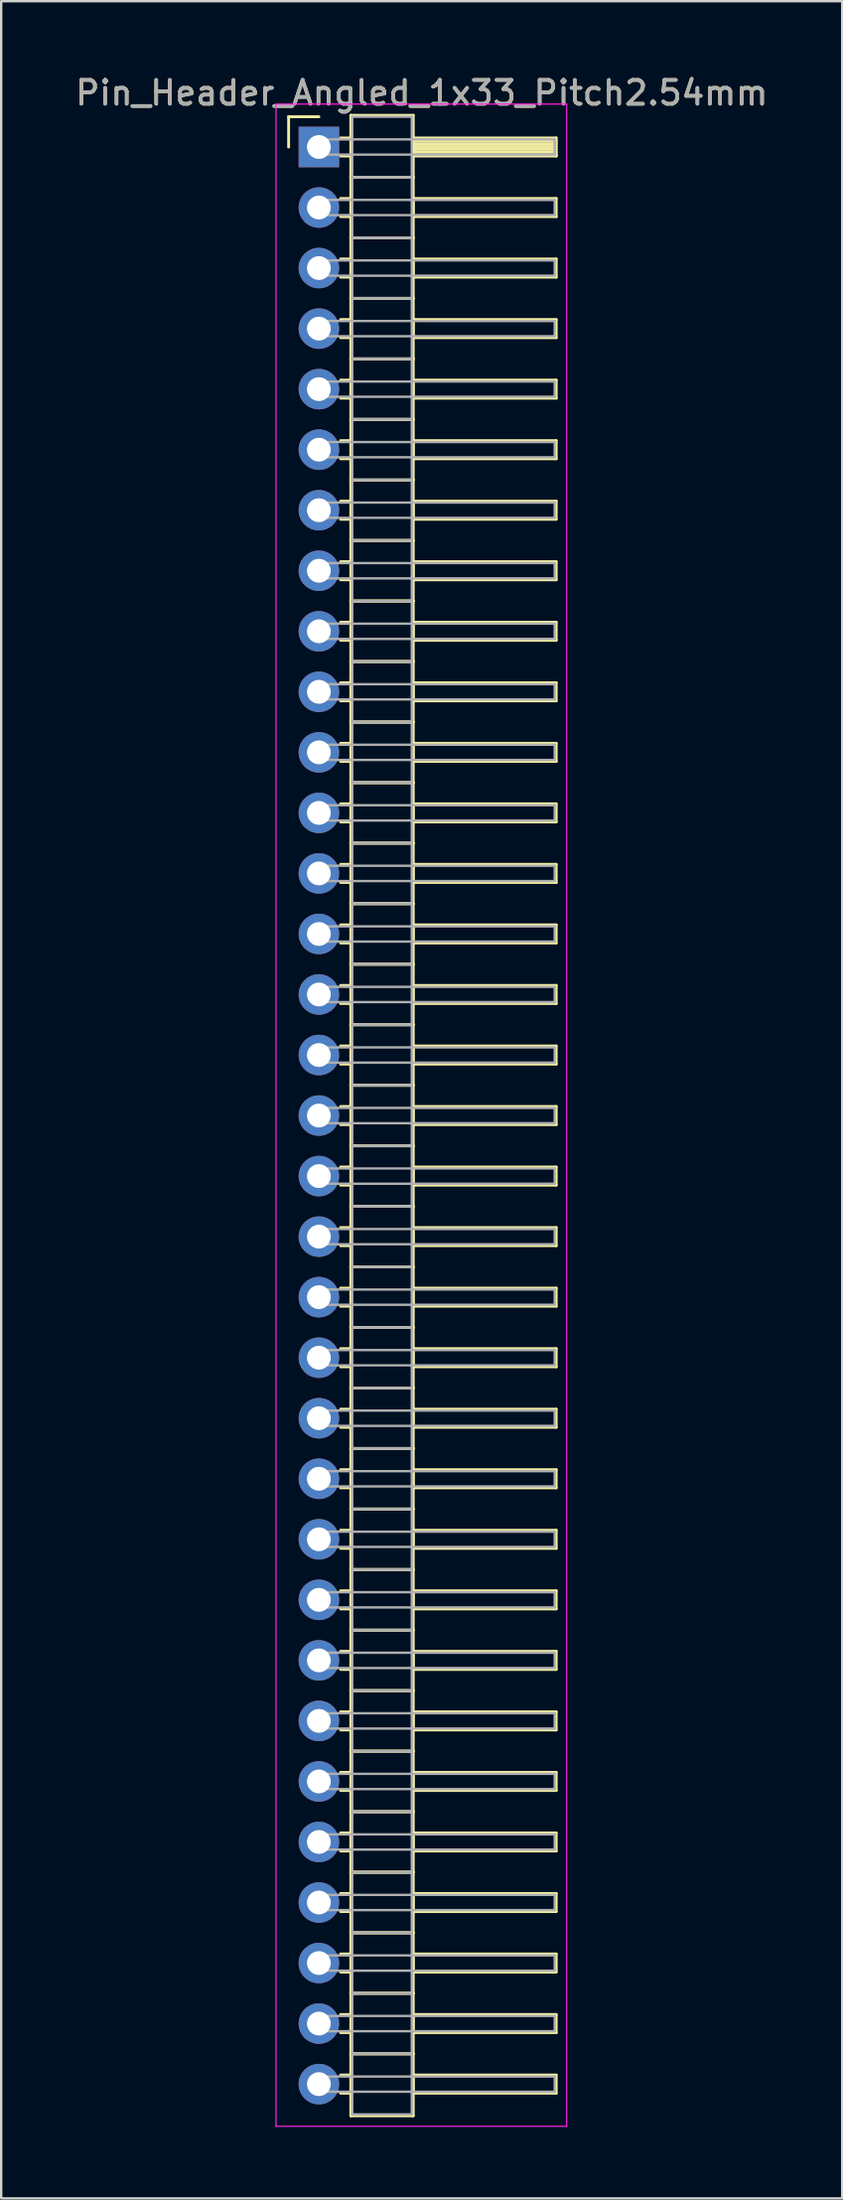
<source format=kicad_pcb>
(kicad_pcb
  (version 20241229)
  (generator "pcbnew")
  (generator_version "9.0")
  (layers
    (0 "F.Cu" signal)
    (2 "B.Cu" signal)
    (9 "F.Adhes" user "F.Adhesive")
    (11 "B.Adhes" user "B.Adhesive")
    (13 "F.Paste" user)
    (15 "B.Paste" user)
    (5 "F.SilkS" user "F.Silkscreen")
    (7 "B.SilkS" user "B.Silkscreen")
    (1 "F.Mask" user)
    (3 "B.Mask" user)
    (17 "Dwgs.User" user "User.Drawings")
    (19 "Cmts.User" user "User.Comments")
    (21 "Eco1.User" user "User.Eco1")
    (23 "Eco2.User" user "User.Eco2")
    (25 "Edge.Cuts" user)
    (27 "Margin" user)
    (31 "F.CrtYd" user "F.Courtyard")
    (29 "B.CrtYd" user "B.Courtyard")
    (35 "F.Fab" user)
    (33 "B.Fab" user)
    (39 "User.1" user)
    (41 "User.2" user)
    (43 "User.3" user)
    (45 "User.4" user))
  (footprint "Pin_Header_Angled_1x33_Pitch2.54mm"
    (layer "F.Cu")
    (at 10.334 3.118)
    (property "Reference" "Pin_Header_Angled_1x33_Pitch2.54mm" (at 4.315 -2.27 0) (layer "F.SilkS") (effects (font (size 1 1) (thickness 0.15))))
    (attr through_hole)
    (fp_line (start -1.27 -1.27) (end 0 -1.27) (stroke (width 0.12) (type solid)) (layer "F.SilkS"))
    (fp_line (start -1.27 0) (end -1.27 -1.27) (stroke (width 0.12) (type solid)) (layer "F.SilkS"))
    (fp_line (start 0.91 -0.38) (end 1.34 -0.38) (stroke (width 0.12) (type solid)) (layer "F.SilkS"))
    (fp_line (start 0.91 0.38) (end 1.34 0.38) (stroke (width 0.12) (type solid)) (layer "F.SilkS"))
    (fp_line (start 0.91 2.16) (end 1.34 2.16) (stroke (width 0.12) (type solid)) (layer "F.SilkS"))
    (fp_line (start 0.91 2.92) (end 1.34 2.92) (stroke (width 0.12) (type solid)) (layer "F.SilkS"))
    (fp_line (start 0.91 4.7) (end 1.34 4.7) (stroke (width 0.12) (type solid)) (layer "F.SilkS"))
    (fp_line (start 0.91 5.46) (end 1.34 5.46) (stroke (width 0.12) (type solid)) (layer "F.SilkS"))
    (fp_line (start 0.91 7.24) (end 1.34 7.24) (stroke (width 0.12) (type solid)) (layer "F.SilkS"))
    (fp_line (start 0.91 8) (end 1.34 8) (stroke (width 0.12) (type solid)) (layer "F.SilkS"))
    (fp_line (start 0.91 9.78) (end 1.34 9.78) (stroke (width 0.12) (type solid)) (layer "F.SilkS"))
    (fp_line (start 0.91 10.54) (end 1.34 10.54) (stroke (width 0.12) (type solid)) (layer "F.SilkS"))
    (fp_line (start 0.91 12.32) (end 1.34 12.32) (stroke (width 0.12) (type solid)) (layer "F.SilkS"))
    (fp_line (start 0.91 13.08) (end 1.34 13.08) (stroke (width 0.12) (type solid)) (layer "F.SilkS"))
    (fp_line (start 0.91 14.86) (end 1.34 14.86) (stroke (width 0.12) (type solid)) (layer "F.SilkS"))
    (fp_line (start 0.91 15.62) (end 1.34 15.62) (stroke (width 0.12) (type solid)) (layer "F.SilkS"))
    (fp_line (start 0.91 17.4) (end 1.34 17.4) (stroke (width 0.12) (type solid)) (layer "F.SilkS"))
    (fp_line (start 0.91 18.16) (end 1.34 18.16) (stroke (width 0.12) (type solid)) (layer "F.SilkS"))
    (fp_line (start 0.91 19.94) (end 1.34 19.94) (stroke (width 0.12) (type solid)) (layer "F.SilkS"))
    (fp_line (start 0.91 20.7) (end 1.34 20.7) (stroke (width 0.12) (type solid)) (layer "F.SilkS"))
    (fp_line (start 0.91 22.48) (end 1.34 22.48) (stroke (width 0.12) (type solid)) (layer "F.SilkS"))
    (fp_line (start 0.91 23.24) (end 1.34 23.24) (stroke (width 0.12) (type solid)) (layer "F.SilkS"))
    (fp_line (start 0.91 25.02) (end 1.34 25.02) (stroke (width 0.12) (type solid)) (layer "F.SilkS"))
    (fp_line (start 0.91 25.78) (end 1.34 25.78) (stroke (width 0.12) (type solid)) (layer "F.SilkS"))
    (fp_line (start 0.91 27.56) (end 1.34 27.56) (stroke (width 0.12) (type solid)) (layer "F.SilkS"))
    (fp_line (start 0.91 28.32) (end 1.34 28.32) (stroke (width 0.12) (type solid)) (layer "F.SilkS"))
    (fp_line (start 0.91 30.1) (end 1.34 30.1) (stroke (width 0.12) (type solid)) (layer "F.SilkS"))
    (fp_line (start 0.91 30.86) (end 1.34 30.86) (stroke (width 0.12) (type solid)) (layer "F.SilkS"))
    (fp_line (start 0.91 32.64) (end 1.34 32.64) (stroke (width 0.12) (type solid)) (layer "F.SilkS"))
    (fp_line (start 0.91 33.4) (end 1.34 33.4) (stroke (width 0.12) (type solid)) (layer "F.SilkS"))
    (fp_line (start 0.91 35.18) (end 1.34 35.18) (stroke (width 0.12) (type solid)) (layer "F.SilkS"))
    (fp_line (start 0.91 35.94) (end 1.34 35.94) (stroke (width 0.12) (type solid)) (layer "F.SilkS"))
    (fp_line (start 0.91 37.72) (end 1.34 37.72) (stroke (width 0.12) (type solid)) (layer "F.SilkS"))
    (fp_line (start 0.91 38.48) (end 1.34 38.48) (stroke (width 0.12) (type solid)) (layer "F.SilkS"))
    (fp_line (start 0.91 40.26) (end 1.34 40.26) (stroke (width 0.12) (type solid)) (layer "F.SilkS"))
    (fp_line (start 0.91 41.02) (end 1.34 41.02) (stroke (width 0.12) (type solid)) (layer "F.SilkS"))
    (fp_line (start 0.91 42.8) (end 1.34 42.8) (stroke (width 0.12) (type solid)) (layer "F.SilkS"))
    (fp_line (start 0.91 43.56) (end 1.34 43.56) (stroke (width 0.12) (type solid)) (layer "F.SilkS"))
    (fp_line (start 0.91 45.34) (end 1.34 45.34) (stroke (width 0.12) (type solid)) (layer "F.SilkS"))
    (fp_line (start 0.91 46.1) (end 1.34 46.1) (stroke (width 0.12) (type solid)) (layer "F.SilkS"))
    (fp_line (start 0.91 47.88) (end 1.34 47.88) (stroke (width 0.12) (type solid)) (layer "F.SilkS"))
    (fp_line (start 0.91 48.64) (end 1.34 48.64) (stroke (width 0.12) (type solid)) (layer "F.SilkS"))
    (fp_line (start 0.91 50.42) (end 1.34 50.42) (stroke (width 0.12) (type solid)) (layer "F.SilkS"))
    (fp_line (start 0.91 51.18) (end 1.34 51.18) (stroke (width 0.12) (type solid)) (layer "F.SilkS"))
    (fp_line (start 0.91 52.96) (end 1.34 52.96) (stroke (width 0.12) (type solid)) (layer "F.SilkS"))
    (fp_line (start 0.91 53.72) (end 1.34 53.72) (stroke (width 0.12) (type solid)) (layer "F.SilkS"))
    (fp_line (start 0.91 55.5) (end 1.34 55.5) (stroke (width 0.12) (type solid)) (layer "F.SilkS"))
    (fp_line (start 0.91 56.26) (end 1.34 56.26) (stroke (width 0.12) (type solid)) (layer "F.SilkS"))
    (fp_line (start 0.91 58.04) (end 1.34 58.04) (stroke (width 0.12) (type solid)) (layer "F.SilkS"))
    (fp_line (start 0.91 58.8) (end 1.34 58.8) (stroke (width 0.12) (type solid)) (layer "F.SilkS"))
    (fp_line (start 0.91 60.58) (end 1.34 60.58) (stroke (width 0.12) (type solid)) (layer "F.SilkS"))
    (fp_line (start 0.91 61.34) (end 1.34 61.34) (stroke (width 0.12) (type solid)) (layer "F.SilkS"))
    (fp_line (start 0.91 63.12) (end 1.34 63.12) (stroke (width 0.12) (type solid)) (layer "F.SilkS"))
    (fp_line (start 0.91 63.88) (end 1.34 63.88) (stroke (width 0.12) (type solid)) (layer "F.SilkS"))
    (fp_line (start 0.91 65.66) (end 1.34 65.66) (stroke (width 0.12) (type solid)) (layer "F.SilkS"))
    (fp_line (start 0.91 66.42) (end 1.34 66.42) (stroke (width 0.12) (type solid)) (layer "F.SilkS"))
    (fp_line (start 0.91 68.2) (end 1.34 68.2) (stroke (width 0.12) (type solid)) (layer "F.SilkS"))
    (fp_line (start 0.91 68.96) (end 1.34 68.96) (stroke (width 0.12) (type solid)) (layer "F.SilkS"))
    (fp_line (start 0.91 70.74) (end 1.34 70.74) (stroke (width 0.12) (type solid)) (layer "F.SilkS"))
    (fp_line (start 0.91 71.5) (end 1.34 71.5) (stroke (width 0.12) (type solid)) (layer "F.SilkS"))
    (fp_line (start 0.91 73.28) (end 1.34 73.28) (stroke (width 0.12) (type solid)) (layer "F.SilkS"))
    (fp_line (start 0.91 74.04) (end 1.34 74.04) (stroke (width 0.12) (type solid)) (layer "F.SilkS"))
    (fp_line (start 0.91 75.82) (end 1.34 75.82) (stroke (width 0.12) (type solid)) (layer "F.SilkS"))
    (fp_line (start 0.91 76.58) (end 1.34 76.58) (stroke (width 0.12) (type solid)) (layer "F.SilkS"))
    (fp_line (start 0.91 78.36) (end 1.34 78.36) (stroke (width 0.12) (type solid)) (layer "F.SilkS"))
    (fp_line (start 0.91 79.12) (end 1.34 79.12) (stroke (width 0.12) (type solid)) (layer "F.SilkS"))
    (fp_line (start 0.91 80.9) (end 1.34 80.9) (stroke (width 0.12) (type solid)) (layer "F.SilkS"))
    (fp_line (start 0.91 81.66) (end 1.34 81.66) (stroke (width 0.12) (type solid)) (layer "F.SilkS"))
    (fp_line (start 1.34 -1.33) (end 1.34 1.27) (stroke (width 0.12) (type solid)) (layer "F.SilkS"))
    (fp_line (start 1.34 1.27) (end 1.34 3.81) (stroke (width 0.12) (type solid)) (layer "F.SilkS"))
    (fp_line (start 1.34 1.27) (end 3.96 1.27) (stroke (width 0.12) (type solid)) (layer "F.SilkS"))
    (fp_line (start 1.34 3.81) (end 1.34 6.35) (stroke (width 0.12) (type solid)) (layer "F.SilkS"))
    (fp_line (start 1.34 3.81) (end 3.96 3.81) (stroke (width 0.12) (type solid)) (layer "F.SilkS"))
    (fp_line (start 1.34 6.35) (end 1.34 8.89) (stroke (width 0.12) (type solid)) (layer "F.SilkS"))
    (fp_line (start 1.34 6.35) (end 3.96 6.35) (stroke (width 0.12) (type solid)) (layer "F.SilkS"))
    (fp_line (start 1.34 8.89) (end 1.34 11.43) (stroke (width 0.12) (type solid)) (layer "F.SilkS"))
    (fp_line (start 1.34 8.89) (end 3.96 8.89) (stroke (width 0.12) (type solid)) (layer "F.SilkS"))
    (fp_line (start 1.34 11.43) (end 1.34 13.97) (stroke (width 0.12) (type solid)) (layer "F.SilkS"))
    (fp_line (start 1.34 11.43) (end 3.96 11.43) (stroke (width 0.12) (type solid)) (layer "F.SilkS"))
    (fp_line (start 1.34 13.97) (end 1.34 16.51) (stroke (width 0.12) (type solid)) (layer "F.SilkS"))
    (fp_line (start 1.34 13.97) (end 3.96 13.97) (stroke (width 0.12) (type solid)) (layer "F.SilkS"))
    (fp_line (start 1.34 16.51) (end 1.34 19.05) (stroke (width 0.12) (type solid)) (layer "F.SilkS"))
    (fp_line (start 1.34 16.51) (end 3.96 16.51) (stroke (width 0.12) (type solid)) (layer "F.SilkS"))
    (fp_line (start 1.34 19.05) (end 1.34 21.59) (stroke (width 0.12) (type solid)) (layer "F.SilkS"))
    (fp_line (start 1.34 19.05) (end 3.96 19.05) (stroke (width 0.12) (type solid)) (layer "F.SilkS"))
    (fp_line (start 1.34 21.59) (end 1.34 24.13) (stroke (width 0.12) (type solid)) (layer "F.SilkS"))
    (fp_line (start 1.34 21.59) (end 3.96 21.59) (stroke (width 0.12) (type solid)) (layer "F.SilkS"))
    (fp_line (start 1.34 24.13) (end 1.34 26.67) (stroke (width 0.12) (type solid)) (layer "F.SilkS"))
    (fp_line (start 1.34 24.13) (end 3.96 24.13) (stroke (width 0.12) (type solid)) (layer "F.SilkS"))
    (fp_line (start 1.34 26.67) (end 1.34 29.21) (stroke (width 0.12) (type solid)) (layer "F.SilkS"))
    (fp_line (start 1.34 26.67) (end 3.96 26.67) (stroke (width 0.12) (type solid)) (layer "F.SilkS"))
    (fp_line (start 1.34 29.21) (end 1.34 31.75) (stroke (width 0.12) (type solid)) (layer "F.SilkS"))
    (fp_line (start 1.34 29.21) (end 3.96 29.21) (stroke (width 0.12) (type solid)) (layer "F.SilkS"))
    (fp_line (start 1.34 31.75) (end 1.34 34.29) (stroke (width 0.12) (type solid)) (layer "F.SilkS"))
    (fp_line (start 1.34 31.75) (end 3.96 31.75) (stroke (width 0.12) (type solid)) (layer "F.SilkS"))
    (fp_line (start 1.34 34.29) (end 1.34 36.83) (stroke (width 0.12) (type solid)) (layer "F.SilkS"))
    (fp_line (start 1.34 34.29) (end 3.96 34.29) (stroke (width 0.12) (type solid)) (layer "F.SilkS"))
    (fp_line (start 1.34 36.83) (end 1.34 39.37) (stroke (width 0.12) (type solid)) (layer "F.SilkS"))
    (fp_line (start 1.34 36.83) (end 3.96 36.83) (stroke (width 0.12) (type solid)) (layer "F.SilkS"))
    (fp_line (start 1.34 39.37) (end 1.34 41.91) (stroke (width 0.12) (type solid)) (layer "F.SilkS"))
    (fp_line (start 1.34 39.37) (end 3.96 39.37) (stroke (width 0.12) (type solid)) (layer "F.SilkS"))
    (fp_line (start 1.34 41.91) (end 1.34 44.45) (stroke (width 0.12) (type solid)) (layer "F.SilkS"))
    (fp_line (start 1.34 41.91) (end 3.96 41.91) (stroke (width 0.12) (type solid)) (layer "F.SilkS"))
    (fp_line (start 1.34 44.45) (end 1.34 46.99) (stroke (width 0.12) (type solid)) (layer "F.SilkS"))
    (fp_line (start 1.34 44.45) (end 3.96 44.45) (stroke (width 0.12) (type solid)) (layer "F.SilkS"))
    (fp_line (start 1.34 46.99) (end 1.34 49.53) (stroke (width 0.12) (type solid)) (layer "F.SilkS"))
    (fp_line (start 1.34 46.99) (end 3.96 46.99) (stroke (width 0.12) (type solid)) (layer "F.SilkS"))
    (fp_line (start 1.34 49.53) (end 1.34 52.07) (stroke (width 0.12) (type solid)) (layer "F.SilkS"))
    (fp_line (start 1.34 49.53) (end 3.96 49.53) (stroke (width 0.12) (type solid)) (layer "F.SilkS"))
    (fp_line (start 1.34 52.07) (end 1.34 54.61) (stroke (width 0.12) (type solid)) (layer "F.SilkS"))
    (fp_line (start 1.34 52.07) (end 3.96 52.07) (stroke (width 0.12) (type solid)) (layer "F.SilkS"))
    (fp_line (start 1.34 54.61) (end 1.34 57.15) (stroke (width 0.12) (type solid)) (layer "F.SilkS"))
    (fp_line (start 1.34 54.61) (end 3.96 54.61) (stroke (width 0.12) (type solid)) (layer "F.SilkS"))
    (fp_line (start 1.34 57.15) (end 1.34 59.69) (stroke (width 0.12) (type solid)) (layer "F.SilkS"))
    (fp_line (start 1.34 57.15) (end 3.96 57.15) (stroke (width 0.12) (type solid)) (layer "F.SilkS"))
    (fp_line (start 1.34 59.69) (end 1.34 62.23) (stroke (width 0.12) (type solid)) (layer "F.SilkS"))
    (fp_line (start 1.34 59.69) (end 3.96 59.69) (stroke (width 0.12) (type solid)) (layer "F.SilkS"))
    (fp_line (start 1.34 62.23) (end 1.34 64.77) (stroke (width 0.12) (type solid)) (layer "F.SilkS"))
    (fp_line (start 1.34 62.23) (end 3.96 62.23) (stroke (width 0.12) (type solid)) (layer "F.SilkS"))
    (fp_line (start 1.34 64.77) (end 1.34 67.31) (stroke (width 0.12) (type solid)) (layer "F.SilkS"))
    (fp_line (start 1.34 64.77) (end 3.96 64.77) (stroke (width 0.12) (type solid)) (layer "F.SilkS"))
    (fp_line (start 1.34 67.31) (end 1.34 69.85) (stroke (width 0.12) (type solid)) (layer "F.SilkS"))
    (fp_line (start 1.34 67.31) (end 3.96 67.31) (stroke (width 0.12) (type solid)) (layer "F.SilkS"))
    (fp_line (start 1.34 69.85) (end 1.34 72.39) (stroke (width 0.12) (type solid)) (layer "F.SilkS"))
    (fp_line (start 1.34 69.85) (end 3.96 69.85) (stroke (width 0.12) (type solid)) (layer "F.SilkS"))
    (fp_line (start 1.34 72.39) (end 1.34 74.93) (stroke (width 0.12) (type solid)) (layer "F.SilkS"))
    (fp_line (start 1.34 72.39) (end 3.96 72.39) (stroke (width 0.12) (type solid)) (layer "F.SilkS"))
    (fp_line (start 1.34 74.93) (end 1.34 77.47) (stroke (width 0.12) (type solid)) (layer "F.SilkS"))
    (fp_line (start 1.34 74.93) (end 3.96 74.93) (stroke (width 0.12) (type solid)) (layer "F.SilkS"))
    (fp_line (start 1.34 77.47) (end 1.34 80.01) (stroke (width 0.12) (type solid)) (layer "F.SilkS"))
    (fp_line (start 1.34 77.47) (end 3.96 77.47) (stroke (width 0.12) (type solid)) (layer "F.SilkS"))
    (fp_line (start 1.34 80.01) (end 1.34 82.61) (stroke (width 0.12) (type solid)) (layer "F.SilkS"))
    (fp_line (start 1.34 80.01) (end 3.96 80.01) (stroke (width 0.12) (type solid)) (layer "F.SilkS"))
    (fp_line (start 1.34 82.61) (end 3.96 82.61) (stroke (width 0.12) (type solid)) (layer "F.SilkS"))
    (fp_line (start 3.96 -1.33) (end 1.34 -1.33) (stroke (width 0.12) (type solid)) (layer "F.SilkS"))
    (fp_line (start 3.96 -0.38) (end 3.96 0.38) (stroke (width 0.12) (type solid)) (layer "F.SilkS"))
    (fp_line (start 3.96 -0.26) (end 9.96 -0.26) (stroke (width 0.12) (type solid)) (layer "F.SilkS"))
    (fp_line (start 3.96 -0.14) (end 9.96 -0.14) (stroke (width 0.12) (type solid)) (layer "F.SilkS"))
    (fp_line (start 3.96 -0.02) (end 9.96 -0.02) (stroke (width 0.12) (type solid)) (layer "F.SilkS"))
    (fp_line (start 3.96 0.1) (end 9.96 0.1) (stroke (width 0.12) (type solid)) (layer "F.SilkS"))
    (fp_line (start 3.96 0.22) (end 9.96 0.22) (stroke (width 0.12) (type solid)) (layer "F.SilkS"))
    (fp_line (start 3.96 0.34) (end 9.96 0.34) (stroke (width 0.12) (type solid)) (layer "F.SilkS"))
    (fp_line (start 3.96 0.38) (end 9.96 0.38) (stroke (width 0.12) (type solid)) (layer "F.SilkS"))
    (fp_line (start 3.96 1.27) (end 1.34 1.27) (stroke (width 0.12) (type solid)) (layer "F.SilkS"))
    (fp_line (start 3.96 1.27) (end 3.96 -1.33) (stroke (width 0.12) (type solid)) (layer "F.SilkS"))
    (fp_line (start 3.96 2.16) (end 3.96 2.92) (stroke (width 0.12) (type solid)) (layer "F.SilkS"))
    (fp_line (start 3.96 2.92) (end 9.96 2.92) (stroke (width 0.12) (type solid)) (layer "F.SilkS"))
    (fp_line (start 3.96 3.81) (end 1.34 3.81) (stroke (width 0.12) (type solid)) (layer "F.SilkS"))
    (fp_line (start 3.96 3.81) (end 3.96 1.27) (stroke (width 0.12) (type solid)) (layer "F.SilkS"))
    (fp_line (start 3.96 4.7) (end 3.96 5.46) (stroke (width 0.12) (type solid)) (layer "F.SilkS"))
    (fp_line (start 3.96 5.46) (end 9.96 5.46) (stroke (width 0.12) (type solid)) (layer "F.SilkS"))
    (fp_line (start 3.96 6.35) (end 1.34 6.35) (stroke (width 0.12) (type solid)) (layer "F.SilkS"))
    (fp_line (start 3.96 6.35) (end 3.96 3.81) (stroke (width 0.12) (type solid)) (layer "F.SilkS"))
    (fp_line (start 3.96 7.24) (end 3.96 8) (stroke (width 0.12) (type solid)) (layer "F.SilkS"))
    (fp_line (start 3.96 8) (end 9.96 8) (stroke (width 0.12) (type solid)) (layer "F.SilkS"))
    (fp_line (start 3.96 8.89) (end 1.34 8.89) (stroke (width 0.12) (type solid)) (layer "F.SilkS"))
    (fp_line (start 3.96 8.89) (end 3.96 6.35) (stroke (width 0.12) (type solid)) (layer "F.SilkS"))
    (fp_line (start 3.96 9.78) (end 3.96 10.54) (stroke (width 0.12) (type solid)) (layer "F.SilkS"))
    (fp_line (start 3.96 10.54) (end 9.96 10.54) (stroke (width 0.12) (type solid)) (layer "F.SilkS"))
    (fp_line (start 3.96 11.43) (end 1.34 11.43) (stroke (width 0.12) (type solid)) (layer "F.SilkS"))
    (fp_line (start 3.96 11.43) (end 3.96 8.89) (stroke (width 0.12) (type solid)) (layer "F.SilkS"))
    (fp_line (start 3.96 12.32) (end 3.96 13.08) (stroke (width 0.12) (type solid)) (layer "F.SilkS"))
    (fp_line (start 3.96 13.08) (end 9.96 13.08) (stroke (width 0.12) (type solid)) (layer "F.SilkS"))
    (fp_line (start 3.96 13.97) (end 1.34 13.97) (stroke (width 0.12) (type solid)) (layer "F.SilkS"))
    (fp_line (start 3.96 13.97) (end 3.96 11.43) (stroke (width 0.12) (type solid)) (layer "F.SilkS"))
    (fp_line (start 3.96 14.86) (end 3.96 15.62) (stroke (width 0.12) (type solid)) (layer "F.SilkS"))
    (fp_line (start 3.96 15.62) (end 9.96 15.62) (stroke (width 0.12) (type solid)) (layer "F.SilkS"))
    (fp_line (start 3.96 16.51) (end 1.34 16.51) (stroke (width 0.12) (type solid)) (layer "F.SilkS"))
    (fp_line (start 3.96 16.51) (end 3.96 13.97) (stroke (width 0.12) (type solid)) (layer "F.SilkS"))
    (fp_line (start 3.96 17.4) (end 3.96 18.16) (stroke (width 0.12) (type solid)) (layer "F.SilkS"))
    (fp_line (start 3.96 18.16) (end 9.96 18.16) (stroke (width 0.12) (type solid)) (layer "F.SilkS"))
    (fp_line (start 3.96 19.05) (end 1.34 19.05) (stroke (width 0.12) (type solid)) (layer "F.SilkS"))
    (fp_line (start 3.96 19.05) (end 3.96 16.51) (stroke (width 0.12) (type solid)) (layer "F.SilkS"))
    (fp_line (start 3.96 19.94) (end 3.96 20.7) (stroke (width 0.12) (type solid)) (layer "F.SilkS"))
    (fp_line (start 3.96 20.7) (end 9.96 20.7) (stroke (width 0.12) (type solid)) (layer "F.SilkS"))
    (fp_line (start 3.96 21.59) (end 1.34 21.59) (stroke (width 0.12) (type solid)) (layer "F.SilkS"))
    (fp_line (start 3.96 21.59) (end 3.96 19.05) (stroke (width 0.12) (type solid)) (layer "F.SilkS"))
    (fp_line (start 3.96 22.48) (end 3.96 23.24) (stroke (width 0.12) (type solid)) (layer "F.SilkS"))
    (fp_line (start 3.96 23.24) (end 9.96 23.24) (stroke (width 0.12) (type solid)) (layer "F.SilkS"))
    (fp_line (start 3.96 24.13) (end 1.34 24.13) (stroke (width 0.12) (type solid)) (layer "F.SilkS"))
    (fp_line (start 3.96 24.13) (end 3.96 21.59) (stroke (width 0.12) (type solid)) (layer "F.SilkS"))
    (fp_line (start 3.96 25.02) (end 3.96 25.78) (stroke (width 0.12) (type solid)) (layer "F.SilkS"))
    (fp_line (start 3.96 25.78) (end 9.96 25.78) (stroke (width 0.12) (type solid)) (layer "F.SilkS"))
    (fp_line (start 3.96 26.67) (end 1.34 26.67) (stroke (width 0.12) (type solid)) (layer "F.SilkS"))
    (fp_line (start 3.96 26.67) (end 3.96 24.13) (stroke (width 0.12) (type solid)) (layer "F.SilkS"))
    (fp_line (start 3.96 27.56) (end 3.96 28.32) (stroke (width 0.12) (type solid)) (layer "F.SilkS"))
    (fp_line (start 3.96 28.32) (end 9.96 28.32) (stroke (width 0.12) (type solid)) (layer "F.SilkS"))
    (fp_line (start 3.96 29.21) (end 1.34 29.21) (stroke (width 0.12) (type solid)) (layer "F.SilkS"))
    (fp_line (start 3.96 29.21) (end 3.96 26.67) (stroke (width 0.12) (type solid)) (layer "F.SilkS"))
    (fp_line (start 3.96 30.1) (end 3.96 30.86) (stroke (width 0.12) (type solid)) (layer "F.SilkS"))
    (fp_line (start 3.96 30.86) (end 9.96 30.86) (stroke (width 0.12) (type solid)) (layer "F.SilkS"))
    (fp_line (start 3.96 31.75) (end 1.34 31.75) (stroke (width 0.12) (type solid)) (layer "F.SilkS"))
    (fp_line (start 3.96 31.75) (end 3.96 29.21) (stroke (width 0.12) (type solid)) (layer "F.SilkS"))
    (fp_line (start 3.96 32.64) (end 3.96 33.4) (stroke (width 0.12) (type solid)) (layer "F.SilkS"))
    (fp_line (start 3.96 33.4) (end 9.96 33.4) (stroke (width 0.12) (type solid)) (layer "F.SilkS"))
    (fp_line (start 3.96 34.29) (end 1.34 34.29) (stroke (width 0.12) (type solid)) (layer "F.SilkS"))
    (fp_line (start 3.96 34.29) (end 3.96 31.75) (stroke (width 0.12) (type solid)) (layer "F.SilkS"))
    (fp_line (start 3.96 35.18) (end 3.96 35.94) (stroke (width 0.12) (type solid)) (layer "F.SilkS"))
    (fp_line (start 3.96 35.94) (end 9.96 35.94) (stroke (width 0.12) (type solid)) (layer "F.SilkS"))
    (fp_line (start 3.96 36.83) (end 1.34 36.83) (stroke (width 0.12) (type solid)) (layer "F.SilkS"))
    (fp_line (start 3.96 36.83) (end 3.96 34.29) (stroke (width 0.12) (type solid)) (layer "F.SilkS"))
    (fp_line (start 3.96 37.72) (end 3.96 38.48) (stroke (width 0.12) (type solid)) (layer "F.SilkS"))
    (fp_line (start 3.96 38.48) (end 9.96 38.48) (stroke (width 0.12) (type solid)) (layer "F.SilkS"))
    (fp_line (start 3.96 39.37) (end 1.34 39.37) (stroke (width 0.12) (type solid)) (layer "F.SilkS"))
    (fp_line (start 3.96 39.37) (end 3.96 36.83) (stroke (width 0.12) (type solid)) (layer "F.SilkS"))
    (fp_line (start 3.96 40.26) (end 3.96 41.02) (stroke (width 0.12) (type solid)) (layer "F.SilkS"))
    (fp_line (start 3.96 41.02) (end 9.96 41.02) (stroke (width 0.12) (type solid)) (layer "F.SilkS"))
    (fp_line (start 3.96 41.91) (end 1.34 41.91) (stroke (width 0.12) (type solid)) (layer "F.SilkS"))
    (fp_line (start 3.96 41.91) (end 3.96 39.37) (stroke (width 0.12) (type solid)) (layer "F.SilkS"))
    (fp_line (start 3.96 42.8) (end 3.96 43.56) (stroke (width 0.12) (type solid)) (layer "F.SilkS"))
    (fp_line (start 3.96 43.56) (end 9.96 43.56) (stroke (width 0.12) (type solid)) (layer "F.SilkS"))
    (fp_line (start 3.96 44.45) (end 1.34 44.45) (stroke (width 0.12) (type solid)) (layer "F.SilkS"))
    (fp_line (start 3.96 44.45) (end 3.96 41.91) (stroke (width 0.12) (type solid)) (layer "F.SilkS"))
    (fp_line (start 3.96 45.34) (end 3.96 46.1) (stroke (width 0.12) (type solid)) (layer "F.SilkS"))
    (fp_line (start 3.96 46.1) (end 9.96 46.1) (stroke (width 0.12) (type solid)) (layer "F.SilkS"))
    (fp_line (start 3.96 46.99) (end 1.34 46.99) (stroke (width 0.12) (type solid)) (layer "F.SilkS"))
    (fp_line (start 3.96 46.99) (end 3.96 44.45) (stroke (width 0.12) (type solid)) (layer "F.SilkS"))
    (fp_line (start 3.96 47.88) (end 3.96 48.64) (stroke (width 0.12) (type solid)) (layer "F.SilkS"))
    (fp_line (start 3.96 48.64) (end 9.96 48.64) (stroke (width 0.12) (type solid)) (layer "F.SilkS"))
    (fp_line (start 3.96 49.53) (end 1.34 49.53) (stroke (width 0.12) (type solid)) (layer "F.SilkS"))
    (fp_line (start 3.96 49.53) (end 3.96 46.99) (stroke (width 0.12) (type solid)) (layer "F.SilkS"))
    (fp_line (start 3.96 50.42) (end 3.96 51.18) (stroke (width 0.12) (type solid)) (layer "F.SilkS"))
    (fp_line (start 3.96 51.18) (end 9.96 51.18) (stroke (width 0.12) (type solid)) (layer "F.SilkS"))
    (fp_line (start 3.96 52.07) (end 1.34 52.07) (stroke (width 0.12) (type solid)) (layer "F.SilkS"))
    (fp_line (start 3.96 52.07) (end 3.96 49.53) (stroke (width 0.12) (type solid)) (layer "F.SilkS"))
    (fp_line (start 3.96 52.96) (end 3.96 53.72) (stroke (width 0.12) (type solid)) (layer "F.SilkS"))
    (fp_line (start 3.96 53.72) (end 9.96 53.72) (stroke (width 0.12) (type solid)) (layer "F.SilkS"))
    (fp_line (start 3.96 54.61) (end 1.34 54.61) (stroke (width 0.12) (type solid)) (layer "F.SilkS"))
    (fp_line (start 3.96 54.61) (end 3.96 52.07) (stroke (width 0.12) (type solid)) (layer "F.SilkS"))
    (fp_line (start 3.96 55.5) (end 3.96 56.26) (stroke (width 0.12) (type solid)) (layer "F.SilkS"))
    (fp_line (start 3.96 56.26) (end 9.96 56.26) (stroke (width 0.12) (type solid)) (layer "F.SilkS"))
    (fp_line (start 3.96 57.15) (end 1.34 57.15) (stroke (width 0.12) (type solid)) (layer "F.SilkS"))
    (fp_line (start 3.96 57.15) (end 3.96 54.61) (stroke (width 0.12) (type solid)) (layer "F.SilkS"))
    (fp_line (start 3.96 58.04) (end 3.96 58.8) (stroke (width 0.12) (type solid)) (layer "F.SilkS"))
    (fp_line (start 3.96 58.8) (end 9.96 58.8) (stroke (width 0.12) (type solid)) (layer "F.SilkS"))
    (fp_line (start 3.96 59.69) (end 1.34 59.69) (stroke (width 0.12) (type solid)) (layer "F.SilkS"))
    (fp_line (start 3.96 59.69) (end 3.96 57.15) (stroke (width 0.12) (type solid)) (layer "F.SilkS"))
    (fp_line (start 3.96 60.58) (end 3.96 61.34) (stroke (width 0.12) (type solid)) (layer "F.SilkS"))
    (fp_line (start 3.96 61.34) (end 9.96 61.34) (stroke (width 0.12) (type solid)) (layer "F.SilkS"))
    (fp_line (start 3.96 62.23) (end 1.34 62.23) (stroke (width 0.12) (type solid)) (layer "F.SilkS"))
    (fp_line (start 3.96 62.23) (end 3.96 59.69) (stroke (width 0.12) (type solid)) (layer "F.SilkS"))
    (fp_line (start 3.96 63.12) (end 3.96 63.88) (stroke (width 0.12) (type solid)) (layer "F.SilkS"))
    (fp_line (start 3.96 63.88) (end 9.96 63.88) (stroke (width 0.12) (type solid)) (layer "F.SilkS"))
    (fp_line (start 3.96 64.77) (end 1.34 64.77) (stroke (width 0.12) (type solid)) (layer "F.SilkS"))
    (fp_line (start 3.96 64.77) (end 3.96 62.23) (stroke (width 0.12) (type solid)) (layer "F.SilkS"))
    (fp_line (start 3.96 65.66) (end 3.96 66.42) (stroke (width 0.12) (type solid)) (layer "F.SilkS"))
    (fp_line (start 3.96 66.42) (end 9.96 66.42) (stroke (width 0.12) (type solid)) (layer "F.SilkS"))
    (fp_line (start 3.96 67.31) (end 1.34 67.31) (stroke (width 0.12) (type solid)) (layer "F.SilkS"))
    (fp_line (start 3.96 67.31) (end 3.96 64.77) (stroke (width 0.12) (type solid)) (layer "F.SilkS"))
    (fp_line (start 3.96 68.2) (end 3.96 68.96) (stroke (width 0.12) (type solid)) (layer "F.SilkS"))
    (fp_line (start 3.96 68.96) (end 9.96 68.96) (stroke (width 0.12) (type solid)) (layer "F.SilkS"))
    (fp_line (start 3.96 69.85) (end 1.34 69.85) (stroke (width 0.12) (type solid)) (layer "F.SilkS"))
    (fp_line (start 3.96 69.85) (end 3.96 67.31) (stroke (width 0.12) (type solid)) (layer "F.SilkS"))
    (fp_line (start 3.96 70.74) (end 3.96 71.5) (stroke (width 0.12) (type solid)) (layer "F.SilkS"))
    (fp_line (start 3.96 71.5) (end 9.96 71.5) (stroke (width 0.12) (type solid)) (layer "F.SilkS"))
    (fp_line (start 3.96 72.39) (end 1.34 72.39) (stroke (width 0.12) (type solid)) (layer "F.SilkS"))
    (fp_line (start 3.96 72.39) (end 3.96 69.85) (stroke (width 0.12) (type solid)) (layer "F.SilkS"))
    (fp_line (start 3.96 73.28) (end 3.96 74.04) (stroke (width 0.12) (type solid)) (layer "F.SilkS"))
    (fp_line (start 3.96 74.04) (end 9.96 74.04) (stroke (width 0.12) (type solid)) (layer "F.SilkS"))
    (fp_line (start 3.96 74.93) (end 1.34 74.93) (stroke (width 0.12) (type solid)) (layer "F.SilkS"))
    (fp_line (start 3.96 74.93) (end 3.96 72.39) (stroke (width 0.12) (type solid)) (layer "F.SilkS"))
    (fp_line (start 3.96 75.82) (end 3.96 76.58) (stroke (width 0.12) (type solid)) (layer "F.SilkS"))
    (fp_line (start 3.96 76.58) (end 9.96 76.58) (stroke (width 0.12) (type solid)) (layer "F.SilkS"))
    (fp_line (start 3.96 77.47) (end 1.34 77.47) (stroke (width 0.12) (type solid)) (layer "F.SilkS"))
    (fp_line (start 3.96 77.47) (end 3.96 74.93) (stroke (width 0.12) (type solid)) (layer "F.SilkS"))
    (fp_line (start 3.96 78.36) (end 3.96 79.12) (stroke (width 0.12) (type solid)) (layer "F.SilkS"))
    (fp_line (start 3.96 79.12) (end 9.96 79.12) (stroke (width 0.12) (type solid)) (layer "F.SilkS"))
    (fp_line (start 3.96 80.01) (end 1.34 80.01) (stroke (width 0.12) (type solid)) (layer "F.SilkS"))
    (fp_line (start 3.96 80.01) (end 3.96 77.47) (stroke (width 0.12) (type solid)) (layer "F.SilkS"))
    (fp_line (start 3.96 80.9) (end 3.96 81.66) (stroke (width 0.12) (type solid)) (layer "F.SilkS"))
    (fp_line (start 3.96 81.66) (end 9.96 81.66) (stroke (width 0.12) (type solid)) (layer "F.SilkS"))
    (fp_line (start 3.96 82.61) (end 3.96 80.01) (stroke (width 0.12) (type solid)) (layer "F.SilkS"))
    (fp_line (start 9.96 -0.38) (end 3.96 -0.38) (stroke (width 0.12) (type solid)) (layer "F.SilkS"))
    (fp_line (start 9.96 0.38) (end 9.96 -0.38) (stroke (width 0.12) (type solid)) (layer "F.SilkS"))
    (fp_line (start 9.96 2.16) (end 3.96 2.16) (stroke (width 0.12) (type solid)) (layer "F.SilkS"))
    (fp_line (start 9.96 2.92) (end 9.96 2.16) (stroke (width 0.12) (type solid)) (layer "F.SilkS"))
    (fp_line (start 9.96 4.7) (end 3.96 4.7) (stroke (width 0.12) (type solid)) (layer "F.SilkS"))
    (fp_line (start 9.96 5.46) (end 9.96 4.7) (stroke (width 0.12) (type solid)) (layer "F.SilkS"))
    (fp_line (start 9.96 7.24) (end 3.96 7.24) (stroke (width 0.12) (type solid)) (layer "F.SilkS"))
    (fp_line (start 9.96 8) (end 9.96 7.24) (stroke (width 0.12) (type solid)) (layer "F.SilkS"))
    (fp_line (start 9.96 9.78) (end 3.96 9.78) (stroke (width 0.12) (type solid)) (layer "F.SilkS"))
    (fp_line (start 9.96 10.54) (end 9.96 9.78) (stroke (width 0.12) (type solid)) (layer "F.SilkS"))
    (fp_line (start 9.96 12.32) (end 3.96 12.32) (stroke (width 0.12) (type solid)) (layer "F.SilkS"))
    (fp_line (start 9.96 13.08) (end 9.96 12.32) (stroke (width 0.12) (type solid)) (layer "F.SilkS"))
    (fp_line (start 9.96 14.86) (end 3.96 14.86) (stroke (width 0.12) (type solid)) (layer "F.SilkS"))
    (fp_line (start 9.96 15.62) (end 9.96 14.86) (stroke (width 0.12) (type solid)) (layer "F.SilkS"))
    (fp_line (start 9.96 17.4) (end 3.96 17.4) (stroke (width 0.12) (type solid)) (layer "F.SilkS"))
    (fp_line (start 9.96 18.16) (end 9.96 17.4) (stroke (width 0.12) (type solid)) (layer "F.SilkS"))
    (fp_line (start 9.96 19.94) (end 3.96 19.94) (stroke (width 0.12) (type solid)) (layer "F.SilkS"))
    (fp_line (start 9.96 20.7) (end 9.96 19.94) (stroke (width 0.12) (type solid)) (layer "F.SilkS"))
    (fp_line (start 9.96 22.48) (end 3.96 22.48) (stroke (width 0.12) (type solid)) (layer "F.SilkS"))
    (fp_line (start 9.96 23.24) (end 9.96 22.48) (stroke (width 0.12) (type solid)) (layer "F.SilkS"))
    (fp_line (start 9.96 25.02) (end 3.96 25.02) (stroke (width 0.12) (type solid)) (layer "F.SilkS"))
    (fp_line (start 9.96 25.78) (end 9.96 25.02) (stroke (width 0.12) (type solid)) (layer "F.SilkS"))
    (fp_line (start 9.96 27.56) (end 3.96 27.56) (stroke (width 0.12) (type solid)) (layer "F.SilkS"))
    (fp_line (start 9.96 28.32) (end 9.96 27.56) (stroke (width 0.12) (type solid)) (layer "F.SilkS"))
    (fp_line (start 9.96 30.1) (end 3.96 30.1) (stroke (width 0.12) (type solid)) (layer "F.SilkS"))
    (fp_line (start 9.96 30.86) (end 9.96 30.1) (stroke (width 0.12) (type solid)) (layer "F.SilkS"))
    (fp_line (start 9.96 32.64) (end 3.96 32.64) (stroke (width 0.12) (type solid)) (layer "F.SilkS"))
    (fp_line (start 9.96 33.4) (end 9.96 32.64) (stroke (width 0.12) (type solid)) (layer "F.SilkS"))
    (fp_line (start 9.96 35.18) (end 3.96 35.18) (stroke (width 0.12) (type solid)) (layer "F.SilkS"))
    (fp_line (start 9.96 35.94) (end 9.96 35.18) (stroke (width 0.12) (type solid)) (layer "F.SilkS"))
    (fp_line (start 9.96 37.72) (end 3.96 37.72) (stroke (width 0.12) (type solid)) (layer "F.SilkS"))
    (fp_line (start 9.96 38.48) (end 9.96 37.72) (stroke (width 0.12) (type solid)) (layer "F.SilkS"))
    (fp_line (start 9.96 40.26) (end 3.96 40.26) (stroke (width 0.12) (type solid)) (layer "F.SilkS"))
    (fp_line (start 9.96 41.02) (end 9.96 40.26) (stroke (width 0.12) (type solid)) (layer "F.SilkS"))
    (fp_line (start 9.96 42.8) (end 3.96 42.8) (stroke (width 0.12) (type solid)) (layer "F.SilkS"))
    (fp_line (start 9.96 43.56) (end 9.96 42.8) (stroke (width 0.12) (type solid)) (layer "F.SilkS"))
    (fp_line (start 9.96 45.34) (end 3.96 45.34) (stroke (width 0.12) (type solid)) (layer "F.SilkS"))
    (fp_line (start 9.96 46.1) (end 9.96 45.34) (stroke (width 0.12) (type solid)) (layer "F.SilkS"))
    (fp_line (start 9.96 47.88) (end 3.96 47.88) (stroke (width 0.12) (type solid)) (layer "F.SilkS"))
    (fp_line (start 9.96 48.64) (end 9.96 47.88) (stroke (width 0.12) (type solid)) (layer "F.SilkS"))
    (fp_line (start 9.96 50.42) (end 3.96 50.42) (stroke (width 0.12) (type solid)) (layer "F.SilkS"))
    (fp_line (start 9.96 51.18) (end 9.96 50.42) (stroke (width 0.12) (type solid)) (layer "F.SilkS"))
    (fp_line (start 9.96 52.96) (end 3.96 52.96) (stroke (width 0.12) (type solid)) (layer "F.SilkS"))
    (fp_line (start 9.96 53.72) (end 9.96 52.96) (stroke (width 0.12) (type solid)) (layer "F.SilkS"))
    (fp_line (start 9.96 55.5) (end 3.96 55.5) (stroke (width 0.12) (type solid)) (layer "F.SilkS"))
    (fp_line (start 9.96 56.26) (end 9.96 55.5) (stroke (width 0.12) (type solid)) (layer "F.SilkS"))
    (fp_line (start 9.96 58.04) (end 3.96 58.04) (stroke (width 0.12) (type solid)) (layer "F.SilkS"))
    (fp_line (start 9.96 58.8) (end 9.96 58.04) (stroke (width 0.12) (type solid)) (layer "F.SilkS"))
    (fp_line (start 9.96 60.58) (end 3.96 60.58) (stroke (width 0.12) (type solid)) (layer "F.SilkS"))
    (fp_line (start 9.96 61.34) (end 9.96 60.58) (stroke (width 0.12) (type solid)) (layer "F.SilkS"))
    (fp_line (start 9.96 63.12) (end 3.96 63.12) (stroke (width 0.12) (type solid)) (layer "F.SilkS"))
    (fp_line (start 9.96 63.88) (end 9.96 63.12) (stroke (width 0.12) (type solid)) (layer "F.SilkS"))
    (fp_line (start 9.96 65.66) (end 3.96 65.66) (stroke (width 0.12) (type solid)) (layer "F.SilkS"))
    (fp_line (start 9.96 66.42) (end 9.96 65.66) (stroke (width 0.12) (type solid)) (layer "F.SilkS"))
    (fp_line (start 9.96 68.2) (end 3.96 68.2) (stroke (width 0.12) (type solid)) (layer "F.SilkS"))
    (fp_line (start 9.96 68.96) (end 9.96 68.2) (stroke (width 0.12) (type solid)) (layer "F.SilkS"))
    (fp_line (start 9.96 70.74) (end 3.96 70.74) (stroke (width 0.12) (type solid)) (layer "F.SilkS"))
    (fp_line (start 9.96 71.5) (end 9.96 70.74) (stroke (width 0.12) (type solid)) (layer "F.SilkS"))
    (fp_line (start 9.96 73.28) (end 3.96 73.28) (stroke (width 0.12) (type solid)) (layer "F.SilkS"))
    (fp_line (start 9.96 74.04) (end 9.96 73.28) (stroke (width 0.12) (type solid)) (layer "F.SilkS"))
    (fp_line (start 9.96 75.82) (end 3.96 75.82) (stroke (width 0.12) (type solid)) (layer "F.SilkS"))
    (fp_line (start 9.96 76.58) (end 9.96 75.82) (stroke (width 0.12) (type solid)) (layer "F.SilkS"))
    (fp_line (start 9.96 78.36) (end 3.96 78.36) (stroke (width 0.12) (type solid)) (layer "F.SilkS"))
    (fp_line (start 9.96 79.12) (end 9.96 78.36) (stroke (width 0.12) (type solid)) (layer "F.SilkS"))
    (fp_line (start 9.96 80.9) (end 3.96 80.9) (stroke (width 0.12) (type solid)) (layer "F.SilkS"))
    (fp_line (start 9.96 81.66) (end 9.96 80.9) (stroke (width 0.12) (type solid)) (layer "F.SilkS"))
    (fp_line (start -1.8 -1.8) (end -1.8 83.05) (stroke (width 0.05) (type solid)) (layer "F.CrtYd"))
    (fp_line (start -1.8 83.05) (end 10.4 83.05) (stroke (width 0.05) (type solid)) (layer "F.CrtYd"))
    (fp_line (start 10.4 -1.8) (end -1.8 -1.8) (stroke (width 0.05) (type solid)) (layer "F.CrtYd"))
    (fp_line (start 10.4 83.05) (end 10.4 -1.8) (stroke (width 0.05) (type solid)) (layer "F.CrtYd"))
    (fp_line (start 0 -0.32) (end 0 0.32) (stroke (width 0.1) (type solid)) (layer "F.Fab"))
    (fp_line (start 0 0.32) (end 9.9 0.32) (stroke (width 0.1) (type solid)) (layer "F.Fab"))
    (fp_line (start 0 2.22) (end 0 2.86) (stroke (width 0.1) (type solid)) (layer "F.Fab"))
    (fp_line (start 0 2.86) (end 9.9 2.86) (stroke (width 0.1) (type solid)) (layer "F.Fab"))
    (fp_line (start 0 4.76) (end 0 5.4) (stroke (width 0.1) (type solid)) (layer "F.Fab"))
    (fp_line (start 0 5.4) (end 9.9 5.4) (stroke (width 0.1) (type solid)) (layer "F.Fab"))
    (fp_line (start 0 7.3) (end 0 7.94) (stroke (width 0.1) (type solid)) (layer "F.Fab"))
    (fp_line (start 0 7.94) (end 9.9 7.94) (stroke (width 0.1) (type solid)) (layer "F.Fab"))
    (fp_line (start 0 9.84) (end 0 10.48) (stroke (width 0.1) (type solid)) (layer "F.Fab"))
    (fp_line (start 0 10.48) (end 9.9 10.48) (stroke (width 0.1) (type solid)) (layer "F.Fab"))
    (fp_line (start 0 12.38) (end 0 13.02) (stroke (width 0.1) (type solid)) (layer "F.Fab"))
    (fp_line (start 0 13.02) (end 9.9 13.02) (stroke (width 0.1) (type solid)) (layer "F.Fab"))
    (fp_line (start 0 14.92) (end 0 15.56) (stroke (width 0.1) (type solid)) (layer "F.Fab"))
    (fp_line (start 0 15.56) (end 9.9 15.56) (stroke (width 0.1) (type solid)) (layer "F.Fab"))
    (fp_line (start 0 17.46) (end 0 18.1) (stroke (width 0.1) (type solid)) (layer "F.Fab"))
    (fp_line (start 0 18.1) (end 9.9 18.1) (stroke (width 0.1) (type solid)) (layer "F.Fab"))
    (fp_line (start 0 20) (end 0 20.64) (stroke (width 0.1) (type solid)) (layer "F.Fab"))
    (fp_line (start 0 20.64) (end 9.9 20.64) (stroke (width 0.1) (type solid)) (layer "F.Fab"))
    (fp_line (start 0 22.54) (end 0 23.18) (stroke (width 0.1) (type solid)) (layer "F.Fab"))
    (fp_line (start 0 23.18) (end 9.9 23.18) (stroke (width 0.1) (type solid)) (layer "F.Fab"))
    (fp_line (start 0 25.08) (end 0 25.72) (stroke (width 0.1) (type solid)) (layer "F.Fab"))
    (fp_line (start 0 25.72) (end 9.9 25.72) (stroke (width 0.1) (type solid)) (layer "F.Fab"))
    (fp_line (start 0 27.62) (end 0 28.26) (stroke (width 0.1) (type solid)) (layer "F.Fab"))
    (fp_line (start 0 28.26) (end 9.9 28.26) (stroke (width 0.1) (type solid)) (layer "F.Fab"))
    (fp_line (start 0 30.16) (end 0 30.8) (stroke (width 0.1) (type solid)) (layer "F.Fab"))
    (fp_line (start 0 30.8) (end 9.9 30.8) (stroke (width 0.1) (type solid)) (layer "F.Fab"))
    (fp_line (start 0 32.7) (end 0 33.34) (stroke (width 0.1) (type solid)) (layer "F.Fab"))
    (fp_line (start 0 33.34) (end 9.9 33.34) (stroke (width 0.1) (type solid)) (layer "F.Fab"))
    (fp_line (start 0 35.24) (end 0 35.88) (stroke (width 0.1) (type solid)) (layer "F.Fab"))
    (fp_line (start 0 35.88) (end 9.9 35.88) (stroke (width 0.1) (type solid)) (layer "F.Fab"))
    (fp_line (start 0 37.78) (end 0 38.42) (stroke (width 0.1) (type solid)) (layer "F.Fab"))
    (fp_line (start 0 38.42) (end 9.9 38.42) (stroke (width 0.1) (type solid)) (layer "F.Fab"))
    (fp_line (start 0 40.32) (end 0 40.96) (stroke (width 0.1) (type solid)) (layer "F.Fab"))
    (fp_line (start 0 40.96) (end 9.9 40.96) (stroke (width 0.1) (type solid)) (layer "F.Fab"))
    (fp_line (start 0 42.86) (end 0 43.5) (stroke (width 0.1) (type solid)) (layer "F.Fab"))
    (fp_line (start 0 43.5) (end 9.9 43.5) (stroke (width 0.1) (type solid)) (layer "F.Fab"))
    (fp_line (start 0 45.4) (end 0 46.04) (stroke (width 0.1) (type solid)) (layer "F.Fab"))
    (fp_line (start 0 46.04) (end 9.9 46.04) (stroke (width 0.1) (type solid)) (layer "F.Fab"))
    (fp_line (start 0 47.94) (end 0 48.58) (stroke (width 0.1) (type solid)) (layer "F.Fab"))
    (fp_line (start 0 48.58) (end 9.9 48.58) (stroke (width 0.1) (type solid)) (layer "F.Fab"))
    (fp_line (start 0 50.48) (end 0 51.12) (stroke (width 0.1) (type solid)) (layer "F.Fab"))
    (fp_line (start 0 51.12) (end 9.9 51.12) (stroke (width 0.1) (type solid)) (layer "F.Fab"))
    (fp_line (start 0 53.02) (end 0 53.66) (stroke (width 0.1) (type solid)) (layer "F.Fab"))
    (fp_line (start 0 53.66) (end 9.9 53.66) (stroke (width 0.1) (type solid)) (layer "F.Fab"))
    (fp_line (start 0 55.56) (end 0 56.2) (stroke (width 0.1) (type solid)) (layer "F.Fab"))
    (fp_line (start 0 56.2) (end 9.9 56.2) (stroke (width 0.1) (type solid)) (layer "F.Fab"))
    (fp_line (start 0 58.1) (end 0 58.74) (stroke (width 0.1) (type solid)) (layer "F.Fab"))
    (fp_line (start 0 58.74) (end 9.9 58.74) (stroke (width 0.1) (type solid)) (layer "F.Fab"))
    (fp_line (start 0 60.64) (end 0 61.28) (stroke (width 0.1) (type solid)) (layer "F.Fab"))
    (fp_line (start 0 61.28) (end 9.9 61.28) (stroke (width 0.1) (type solid)) (layer "F.Fab"))
    (fp_line (start 0 63.18) (end 0 63.82) (stroke (width 0.1) (type solid)) (layer "F.Fab"))
    (fp_line (start 0 63.82) (end 9.9 63.82) (stroke (width 0.1) (type solid)) (layer "F.Fab"))
    (fp_line (start 0 65.72) (end 0 66.36) (stroke (width 0.1) (type solid)) (layer "F.Fab"))
    (fp_line (start 0 66.36) (end 9.9 66.36) (stroke (width 0.1) (type solid)) (layer "F.Fab"))
    (fp_line (start 0 68.26) (end 0 68.9) (stroke (width 0.1) (type solid)) (layer "F.Fab"))
    (fp_line (start 0 68.9) (end 9.9 68.9) (stroke (width 0.1) (type solid)) (layer "F.Fab"))
    (fp_line (start 0 70.8) (end 0 71.44) (stroke (width 0.1) (type solid)) (layer "F.Fab"))
    (fp_line (start 0 71.44) (end 9.9 71.44) (stroke (width 0.1) (type solid)) (layer "F.Fab"))
    (fp_line (start 0 73.34) (end 0 73.98) (stroke (width 0.1) (type solid)) (layer "F.Fab"))
    (fp_line (start 0 73.98) (end 9.9 73.98) (stroke (width 0.1) (type solid)) (layer "F.Fab"))
    (fp_line (start 0 75.88) (end 0 76.52) (stroke (width 0.1) (type solid)) (layer "F.Fab"))
    (fp_line (start 0 76.52) (end 9.9 76.52) (stroke (width 0.1) (type solid)) (layer "F.Fab"))
    (fp_line (start 0 78.42) (end 0 79.06) (stroke (width 0.1) (type solid)) (layer "F.Fab"))
    (fp_line (start 0 79.06) (end 9.9 79.06) (stroke (width 0.1) (type solid)) (layer "F.Fab"))
    (fp_line (start 0 80.96) (end 0 81.6) (stroke (width 0.1) (type solid)) (layer "F.Fab"))
    (fp_line (start 0 81.6) (end 9.9 81.6) (stroke (width 0.1) (type solid)) (layer "F.Fab"))
    (fp_line (start 1.4 -1.27) (end 1.4 1.27) (stroke (width 0.1) (type solid)) (layer "F.Fab"))
    (fp_line (start 1.4 1.27) (end 1.4 3.81) (stroke (width 0.1) (type solid)) (layer "F.Fab"))
    (fp_line (start 1.4 1.27) (end 3.9 1.27) (stroke (width 0.1) (type solid)) (layer "F.Fab"))
    (fp_line (start 1.4 3.81) (end 1.4 6.35) (stroke (width 0.1) (type solid)) (layer "F.Fab"))
    (fp_line (start 1.4 3.81) (end 3.9 3.81) (stroke (width 0.1) (type solid)) (layer "F.Fab"))
    (fp_line (start 1.4 6.35) (end 1.4 8.89) (stroke (width 0.1) (type solid)) (layer "F.Fab"))
    (fp_line (start 1.4 6.35) (end 3.9 6.35) (stroke (width 0.1) (type solid)) (layer "F.Fab"))
    (fp_line (start 1.4 8.89) (end 1.4 11.43) (stroke (width 0.1) (type solid)) (layer "F.Fab"))
    (fp_line (start 1.4 8.89) (end 3.9 8.89) (stroke (width 0.1) (type solid)) (layer "F.Fab"))
    (fp_line (start 1.4 11.43) (end 1.4 13.97) (stroke (width 0.1) (type solid)) (layer "F.Fab"))
    (fp_line (start 1.4 11.43) (end 3.9 11.43) (stroke (width 0.1) (type solid)) (layer "F.Fab"))
    (fp_line (start 1.4 13.97) (end 1.4 16.51) (stroke (width 0.1) (type solid)) (layer "F.Fab"))
    (fp_line (start 1.4 13.97) (end 3.9 13.97) (stroke (width 0.1) (type solid)) (layer "F.Fab"))
    (fp_line (start 1.4 16.51) (end 1.4 19.05) (stroke (width 0.1) (type solid)) (layer "F.Fab"))
    (fp_line (start 1.4 16.51) (end 3.9 16.51) (stroke (width 0.1) (type solid)) (layer "F.Fab"))
    (fp_line (start 1.4 19.05) (end 1.4 21.59) (stroke (width 0.1) (type solid)) (layer "F.Fab"))
    (fp_line (start 1.4 19.05) (end 3.9 19.05) (stroke (width 0.1) (type solid)) (layer "F.Fab"))
    (fp_line (start 1.4 21.59) (end 1.4 24.13) (stroke (width 0.1) (type solid)) (layer "F.Fab"))
    (fp_line (start 1.4 21.59) (end 3.9 21.59) (stroke (width 0.1) (type solid)) (layer "F.Fab"))
    (fp_line (start 1.4 24.13) (end 1.4 26.67) (stroke (width 0.1) (type solid)) (layer "F.Fab"))
    (fp_line (start 1.4 24.13) (end 3.9 24.13) (stroke (width 0.1) (type solid)) (layer "F.Fab"))
    (fp_line (start 1.4 26.67) (end 1.4 29.21) (stroke (width 0.1) (type solid)) (layer "F.Fab"))
    (fp_line (start 1.4 26.67) (end 3.9 26.67) (stroke (width 0.1) (type solid)) (layer "F.Fab"))
    (fp_line (start 1.4 29.21) (end 1.4 31.75) (stroke (width 0.1) (type solid)) (layer "F.Fab"))
    (fp_line (start 1.4 29.21) (end 3.9 29.21) (stroke (width 0.1) (type solid)) (layer "F.Fab"))
    (fp_line (start 1.4 31.75) (end 1.4 34.29) (stroke (width 0.1) (type solid)) (layer "F.Fab"))
    (fp_line (start 1.4 31.75) (end 3.9 31.75) (stroke (width 0.1) (type solid)) (layer "F.Fab"))
    (fp_line (start 1.4 34.29) (end 1.4 36.83) (stroke (width 0.1) (type solid)) (layer "F.Fab"))
    (fp_line (start 1.4 34.29) (end 3.9 34.29) (stroke (width 0.1) (type solid)) (layer "F.Fab"))
    (fp_line (start 1.4 36.83) (end 1.4 39.37) (stroke (width 0.1) (type solid)) (layer "F.Fab"))
    (fp_line (start 1.4 36.83) (end 3.9 36.83) (stroke (width 0.1) (type solid)) (layer "F.Fab"))
    (fp_line (start 1.4 39.37) (end 1.4 41.91) (stroke (width 0.1) (type solid)) (layer "F.Fab"))
    (fp_line (start 1.4 39.37) (end 3.9 39.37) (stroke (width 0.1) (type solid)) (layer "F.Fab"))
    (fp_line (start 1.4 41.91) (end 1.4 44.45) (stroke (width 0.1) (type solid)) (layer "F.Fab"))
    (fp_line (start 1.4 41.91) (end 3.9 41.91) (stroke (width 0.1) (type solid)) (layer "F.Fab"))
    (fp_line (start 1.4 44.45) (end 1.4 46.99) (stroke (width 0.1) (type solid)) (layer "F.Fab"))
    (fp_line (start 1.4 44.45) (end 3.9 44.45) (stroke (width 0.1) (type solid)) (layer "F.Fab"))
    (fp_line (start 1.4 46.99) (end 1.4 49.53) (stroke (width 0.1) (type solid)) (layer "F.Fab"))
    (fp_line (start 1.4 46.99) (end 3.9 46.99) (stroke (width 0.1) (type solid)) (layer "F.Fab"))
    (fp_line (start 1.4 49.53) (end 1.4 52.07) (stroke (width 0.1) (type solid)) (layer "F.Fab"))
    (fp_line (start 1.4 49.53) (end 3.9 49.53) (stroke (width 0.1) (type solid)) (layer "F.Fab"))
    (fp_line (start 1.4 52.07) (end 1.4 54.61) (stroke (width 0.1) (type solid)) (layer "F.Fab"))
    (fp_line (start 1.4 52.07) (end 3.9 52.07) (stroke (width 0.1) (type solid)) (layer "F.Fab"))
    (fp_line (start 1.4 54.61) (end 1.4 57.15) (stroke (width 0.1) (type solid)) (layer "F.Fab"))
    (fp_line (start 1.4 54.61) (end 3.9 54.61) (stroke (width 0.1) (type solid)) (layer "F.Fab"))
    (fp_line (start 1.4 57.15) (end 1.4 59.69) (stroke (width 0.1) (type solid)) (layer "F.Fab"))
    (fp_line (start 1.4 57.15) (end 3.9 57.15) (stroke (width 0.1) (type solid)) (layer "F.Fab"))
    (fp_line (start 1.4 59.69) (end 1.4 62.23) (stroke (width 0.1) (type solid)) (layer "F.Fab"))
    (fp_line (start 1.4 59.69) (end 3.9 59.69) (stroke (width 0.1) (type solid)) (layer "F.Fab"))
    (fp_line (start 1.4 62.23) (end 1.4 64.77) (stroke (width 0.1) (type solid)) (layer "F.Fab"))
    (fp_line (start 1.4 62.23) (end 3.9 62.23) (stroke (width 0.1) (type solid)) (layer "F.Fab"))
    (fp_line (start 1.4 64.77) (end 1.4 67.31) (stroke (width 0.1) (type solid)) (layer "F.Fab"))
    (fp_line (start 1.4 64.77) (end 3.9 64.77) (stroke (width 0.1) (type solid)) (layer "F.Fab"))
    (fp_line (start 1.4 67.31) (end 1.4 69.85) (stroke (width 0.1) (type solid)) (layer "F.Fab"))
    (fp_line (start 1.4 67.31) (end 3.9 67.31) (stroke (width 0.1) (type solid)) (layer "F.Fab"))
    (fp_line (start 1.4 69.85) (end 1.4 72.39) (stroke (width 0.1) (type solid)) (layer "F.Fab"))
    (fp_line (start 1.4 69.85) (end 3.9 69.85) (stroke (width 0.1) (type solid)) (layer "F.Fab"))
    (fp_line (start 1.4 72.39) (end 1.4 74.93) (stroke (width 0.1) (type solid)) (layer "F.Fab"))
    (fp_line (start 1.4 72.39) (end 3.9 72.39) (stroke (width 0.1) (type solid)) (layer "F.Fab"))
    (fp_line (start 1.4 74.93) (end 1.4 77.47) (stroke (width 0.1) (type solid)) (layer "F.Fab"))
    (fp_line (start 1.4 74.93) (end 3.9 74.93) (stroke (width 0.1) (type solid)) (layer "F.Fab"))
    (fp_line (start 1.4 77.47) (end 1.4 80.01) (stroke (width 0.1) (type solid)) (layer "F.Fab"))
    (fp_line (start 1.4 77.47) (end 3.9 77.47) (stroke (width 0.1) (type solid)) (layer "F.Fab"))
    (fp_line (start 1.4 80.01) (end 1.4 82.55) (stroke (width 0.1) (type solid)) (layer "F.Fab"))
    (fp_line (start 1.4 80.01) (end 3.9 80.01) (stroke (width 0.1) (type solid)) (layer "F.Fab"))
    (fp_line (start 1.4 82.55) (end 3.9 82.55) (stroke (width 0.1) (type solid)) (layer "F.Fab"))
    (fp_line (start 3.9 -1.27) (end 1.4 -1.27) (stroke (width 0.1) (type solid)) (layer "F.Fab"))
    (fp_line (start 3.9 1.27) (end 1.4 1.27) (stroke (width 0.1) (type solid)) (layer "F.Fab"))
    (fp_line (start 3.9 1.27) (end 3.9 -1.27) (stroke (width 0.1) (type solid)) (layer "F.Fab"))
    (fp_line (start 3.9 3.81) (end 1.4 3.81) (stroke (width 0.1) (type solid)) (layer "F.Fab"))
    (fp_line (start 3.9 3.81) (end 3.9 1.27) (stroke (width 0.1) (type solid)) (layer "F.Fab"))
    (fp_line (start 3.9 6.35) (end 1.4 6.35) (stroke (width 0.1) (type solid)) (layer "F.Fab"))
    (fp_line (start 3.9 6.35) (end 3.9 3.81) (stroke (width 0.1) (type solid)) (layer "F.Fab"))
    (fp_line (start 3.9 8.89) (end 1.4 8.89) (stroke (width 0.1) (type solid)) (layer "F.Fab"))
    (fp_line (start 3.9 8.89) (end 3.9 6.35) (stroke (width 0.1) (type solid)) (layer "F.Fab"))
    (fp_line (start 3.9 11.43) (end 1.4 11.43) (stroke (width 0.1) (type solid)) (layer "F.Fab"))
    (fp_line (start 3.9 11.43) (end 3.9 8.89) (stroke (width 0.1) (type solid)) (layer "F.Fab"))
    (fp_line (start 3.9 13.97) (end 1.4 13.97) (stroke (width 0.1) (type solid)) (layer "F.Fab"))
    (fp_line (start 3.9 13.97) (end 3.9 11.43) (stroke (width 0.1) (type solid)) (layer "F.Fab"))
    (fp_line (start 3.9 16.51) (end 1.4 16.51) (stroke (width 0.1) (type solid)) (layer "F.Fab"))
    (fp_line (start 3.9 16.51) (end 3.9 13.97) (stroke (width 0.1) (type solid)) (layer "F.Fab"))
    (fp_line (start 3.9 19.05) (end 1.4 19.05) (stroke (width 0.1) (type solid)) (layer "F.Fab"))
    (fp_line (start 3.9 19.05) (end 3.9 16.51) (stroke (width 0.1) (type solid)) (layer "F.Fab"))
    (fp_line (start 3.9 21.59) (end 1.4 21.59) (stroke (width 0.1) (type solid)) (layer "F.Fab"))
    (fp_line (start 3.9 21.59) (end 3.9 19.05) (stroke (width 0.1) (type solid)) (layer "F.Fab"))
    (fp_line (start 3.9 24.13) (end 1.4 24.13) (stroke (width 0.1) (type solid)) (layer "F.Fab"))
    (fp_line (start 3.9 24.13) (end 3.9 21.59) (stroke (width 0.1) (type solid)) (layer "F.Fab"))
    (fp_line (start 3.9 26.67) (end 1.4 26.67) (stroke (width 0.1) (type solid)) (layer "F.Fab"))
    (fp_line (start 3.9 26.67) (end 3.9 24.13) (stroke (width 0.1) (type solid)) (layer "F.Fab"))
    (fp_line (start 3.9 29.21) (end 1.4 29.21) (stroke (width 0.1) (type solid)) (layer "F.Fab"))
    (fp_line (start 3.9 29.21) (end 3.9 26.67) (stroke (width 0.1) (type solid)) (layer "F.Fab"))
    (fp_line (start 3.9 31.75) (end 1.4 31.75) (stroke (width 0.1) (type solid)) (layer "F.Fab"))
    (fp_line (start 3.9 31.75) (end 3.9 29.21) (stroke (width 0.1) (type solid)) (layer "F.Fab"))
    (fp_line (start 3.9 34.29) (end 1.4 34.29) (stroke (width 0.1) (type solid)) (layer "F.Fab"))
    (fp_line (start 3.9 34.29) (end 3.9 31.75) (stroke (width 0.1) (type solid)) (layer "F.Fab"))
    (fp_line (start 3.9 36.83) (end 1.4 36.83) (stroke (width 0.1) (type solid)) (layer "F.Fab"))
    (fp_line (start 3.9 36.83) (end 3.9 34.29) (stroke (width 0.1) (type solid)) (layer "F.Fab"))
    (fp_line (start 3.9 39.37) (end 1.4 39.37) (stroke (width 0.1) (type solid)) (layer "F.Fab"))
    (fp_line (start 3.9 39.37) (end 3.9 36.83) (stroke (width 0.1) (type solid)) (layer "F.Fab"))
    (fp_line (start 3.9 41.91) (end 1.4 41.91) (stroke (width 0.1) (type solid)) (layer "F.Fab"))
    (fp_line (start 3.9 41.91) (end 3.9 39.37) (stroke (width 0.1) (type solid)) (layer "F.Fab"))
    (fp_line (start 3.9 44.45) (end 1.4 44.45) (stroke (width 0.1) (type solid)) (layer "F.Fab"))
    (fp_line (start 3.9 44.45) (end 3.9 41.91) (stroke (width 0.1) (type solid)) (layer "F.Fab"))
    (fp_line (start 3.9 46.99) (end 1.4 46.99) (stroke (width 0.1) (type solid)) (layer "F.Fab"))
    (fp_line (start 3.9 46.99) (end 3.9 44.45) (stroke (width 0.1) (type solid)) (layer "F.Fab"))
    (fp_line (start 3.9 49.53) (end 1.4 49.53) (stroke (width 0.1) (type solid)) (layer "F.Fab"))
    (fp_line (start 3.9 49.53) (end 3.9 46.99) (stroke (width 0.1) (type solid)) (layer "F.Fab"))
    (fp_line (start 3.9 52.07) (end 1.4 52.07) (stroke (width 0.1) (type solid)) (layer "F.Fab"))
    (fp_line (start 3.9 52.07) (end 3.9 49.53) (stroke (width 0.1) (type solid)) (layer "F.Fab"))
    (fp_line (start 3.9 54.61) (end 1.4 54.61) (stroke (width 0.1) (type solid)) (layer "F.Fab"))
    (fp_line (start 3.9 54.61) (end 3.9 52.07) (stroke (width 0.1) (type solid)) (layer "F.Fab"))
    (fp_line (start 3.9 57.15) (end 1.4 57.15) (stroke (width 0.1) (type solid)) (layer "F.Fab"))
    (fp_line (start 3.9 57.15) (end 3.9 54.61) (stroke (width 0.1) (type solid)) (layer "F.Fab"))
    (fp_line (start 3.9 59.69) (end 1.4 59.69) (stroke (width 0.1) (type solid)) (layer "F.Fab"))
    (fp_line (start 3.9 59.69) (end 3.9 57.15) (stroke (width 0.1) (type solid)) (layer "F.Fab"))
    (fp_line (start 3.9 62.23) (end 1.4 62.23) (stroke (width 0.1) (type solid)) (layer "F.Fab"))
    (fp_line (start 3.9 62.23) (end 3.9 59.69) (stroke (width 0.1) (type solid)) (layer "F.Fab"))
    (fp_line (start 3.9 64.77) (end 1.4 64.77) (stroke (width 0.1) (type solid)) (layer "F.Fab"))
    (fp_line (start 3.9 64.77) (end 3.9 62.23) (stroke (width 0.1) (type solid)) (layer "F.Fab"))
    (fp_line (start 3.9 67.31) (end 1.4 67.31) (stroke (width 0.1) (type solid)) (layer "F.Fab"))
    (fp_line (start 3.9 67.31) (end 3.9 64.77) (stroke (width 0.1) (type solid)) (layer "F.Fab"))
    (fp_line (start 3.9 69.85) (end 1.4 69.85) (stroke (width 0.1) (type solid)) (layer "F.Fab"))
    (fp_line (start 3.9 69.85) (end 3.9 67.31) (stroke (width 0.1) (type solid)) (layer "F.Fab"))
    (fp_line (start 3.9 72.39) (end 1.4 72.39) (stroke (width 0.1) (type solid)) (layer "F.Fab"))
    (fp_line (start 3.9 72.39) (end 3.9 69.85) (stroke (width 0.1) (type solid)) (layer "F.Fab"))
    (fp_line (start 3.9 74.93) (end 1.4 74.93) (stroke (width 0.1) (type solid)) (layer "F.Fab"))
    (fp_line (start 3.9 74.93) (end 3.9 72.39) (stroke (width 0.1) (type solid)) (layer "F.Fab"))
    (fp_line (start 3.9 77.47) (end 1.4 77.47) (stroke (width 0.1) (type solid)) (layer "F.Fab"))
    (fp_line (start 3.9 77.47) (end 3.9 74.93) (stroke (width 0.1) (type solid)) (layer "F.Fab"))
    (fp_line (start 3.9 80.01) (end 1.4 80.01) (stroke (width 0.1) (type solid)) (layer "F.Fab"))
    (fp_line (start 3.9 80.01) (end 3.9 77.47) (stroke (width 0.1) (type solid)) (layer "F.Fab"))
    (fp_line (start 3.9 82.55) (end 3.9 80.01) (stroke (width 0.1) (type solid)) (layer "F.Fab"))
    (fp_line (start 9.9 -0.32) (end 0 -0.32) (stroke (width 0.1) (type solid)) (layer "F.Fab"))
    (fp_line (start 9.9 0.32) (end 9.9 -0.32) (stroke (width 0.1) (type solid)) (layer "F.Fab"))
    (fp_line (start 9.9 2.22) (end 0 2.22) (stroke (width 0.1) (type solid)) (layer "F.Fab"))
    (fp_line (start 9.9 2.86) (end 9.9 2.22) (stroke (width 0.1) (type solid)) (layer "F.Fab"))
    (fp_line (start 9.9 4.76) (end 0 4.76) (stroke (width 0.1) (type solid)) (layer "F.Fab"))
    (fp_line (start 9.9 5.4) (end 9.9 4.76) (stroke (width 0.1) (type solid)) (layer "F.Fab"))
    (fp_line (start 9.9 7.3) (end 0 7.3) (stroke (width 0.1) (type solid)) (layer "F.Fab"))
    (fp_line (start 9.9 7.94) (end 9.9 7.3) (stroke (width 0.1) (type solid)) (layer "F.Fab"))
    (fp_line (start 9.9 9.84) (end 0 9.84) (stroke (width 0.1) (type solid)) (layer "F.Fab"))
    (fp_line (start 9.9 10.48) (end 9.9 9.84) (stroke (width 0.1) (type solid)) (layer "F.Fab"))
    (fp_line (start 9.9 12.38) (end 0 12.38) (stroke (width 0.1) (type solid)) (layer "F.Fab"))
    (fp_line (start 9.9 13.02) (end 9.9 12.38) (stroke (width 0.1) (type solid)) (layer "F.Fab"))
    (fp_line (start 9.9 14.92) (end 0 14.92) (stroke (width 0.1) (type solid)) (layer "F.Fab"))
    (fp_line (start 9.9 15.56) (end 9.9 14.92) (stroke (width 0.1) (type solid)) (layer "F.Fab"))
    (fp_line (start 9.9 17.46) (end 0 17.46) (stroke (width 0.1) (type solid)) (layer "F.Fab"))
    (fp_line (start 9.9 18.1) (end 9.9 17.46) (stroke (width 0.1) (type solid)) (layer "F.Fab"))
    (fp_line (start 9.9 20) (end 0 20) (stroke (width 0.1) (type solid)) (layer "F.Fab"))
    (fp_line (start 9.9 20.64) (end 9.9 20) (stroke (width 0.1) (type solid)) (layer "F.Fab"))
    (fp_line (start 9.9 22.54) (end 0 22.54) (stroke (width 0.1) (type solid)) (layer "F.Fab"))
    (fp_line (start 9.9 23.18) (end 9.9 22.54) (stroke (width 0.1) (type solid)) (layer "F.Fab"))
    (fp_line (start 9.9 25.08) (end 0 25.08) (stroke (width 0.1) (type solid)) (layer "F.Fab"))
    (fp_line (start 9.9 25.72) (end 9.9 25.08) (stroke (width 0.1) (type solid)) (layer "F.Fab"))
    (fp_line (start 9.9 27.62) (end 0 27.62) (stroke (width 0.1) (type solid)) (layer "F.Fab"))
    (fp_line (start 9.9 28.26) (end 9.9 27.62) (stroke (width 0.1) (type solid)) (layer "F.Fab"))
    (fp_line (start 9.9 30.16) (end 0 30.16) (stroke (width 0.1) (type solid)) (layer "F.Fab"))
    (fp_line (start 9.9 30.8) (end 9.9 30.16) (stroke (width 0.1) (type solid)) (layer "F.Fab"))
    (fp_line (start 9.9 32.7) (end 0 32.7) (stroke (width 0.1) (type solid)) (layer "F.Fab"))
    (fp_line (start 9.9 33.34) (end 9.9 32.7) (stroke (width 0.1) (type solid)) (layer "F.Fab"))
    (fp_line (start 9.9 35.24) (end 0 35.24) (stroke (width 0.1) (type solid)) (layer "F.Fab"))
    (fp_line (start 9.9 35.88) (end 9.9 35.24) (stroke (width 0.1) (type solid)) (layer "F.Fab"))
    (fp_line (start 9.9 37.78) (end 0 37.78) (stroke (width 0.1) (type solid)) (layer "F.Fab"))
    (fp_line (start 9.9 38.42) (end 9.9 37.78) (stroke (width 0.1) (type solid)) (layer "F.Fab"))
    (fp_line (start 9.9 40.32) (end 0 40.32) (stroke (width 0.1) (type solid)) (layer "F.Fab"))
    (fp_line (start 9.9 40.96) (end 9.9 40.32) (stroke (width 0.1) (type solid)) (layer "F.Fab"))
    (fp_line (start 9.9 42.86) (end 0 42.86) (stroke (width 0.1) (type solid)) (layer "F.Fab"))
    (fp_line (start 9.9 43.5) (end 9.9 42.86) (stroke (width 0.1) (type solid)) (layer "F.Fab"))
    (fp_line (start 9.9 45.4) (end 0 45.4) (stroke (width 0.1) (type solid)) (layer "F.Fab"))
    (fp_line (start 9.9 46.04) (end 9.9 45.4) (stroke (width 0.1) (type solid)) (layer "F.Fab"))
    (fp_line (start 9.9 47.94) (end 0 47.94) (stroke (width 0.1) (type solid)) (layer "F.Fab"))
    (fp_line (start 9.9 48.58) (end 9.9 47.94) (stroke (width 0.1) (type solid)) (layer "F.Fab"))
    (fp_line (start 9.9 50.48) (end 0 50.48) (stroke (width 0.1) (type solid)) (layer "F.Fab"))
    (fp_line (start 9.9 51.12) (end 9.9 50.48) (stroke (width 0.1) (type solid)) (layer "F.Fab"))
    (fp_line (start 9.9 53.02) (end 0 53.02) (stroke (width 0.1) (type solid)) (layer "F.Fab"))
    (fp_line (start 9.9 53.66) (end 9.9 53.02) (stroke (width 0.1) (type solid)) (layer "F.Fab"))
    (fp_line (start 9.9 55.56) (end 0 55.56) (stroke (width 0.1) (type solid)) (layer "F.Fab"))
    (fp_line (start 9.9 56.2) (end 9.9 55.56) (stroke (width 0.1) (type solid)) (layer "F.Fab"))
    (fp_line (start 9.9 58.1) (end 0 58.1) (stroke (width 0.1) (type solid)) (layer "F.Fab"))
    (fp_line (start 9.9 58.74) (end 9.9 58.1) (stroke (width 0.1) (type solid)) (layer "F.Fab"))
    (fp_line (start 9.9 60.64) (end 0 60.64) (stroke (width 0.1) (type solid)) (layer "F.Fab"))
    (fp_line (start 9.9 61.28) (end 9.9 60.64) (stroke (width 0.1) (type solid)) (layer "F.Fab"))
    (fp_line (start 9.9 63.18) (end 0 63.18) (stroke (width 0.1) (type solid)) (layer "F.Fab"))
    (fp_line (start 9.9 63.82) (end 9.9 63.18) (stroke (width 0.1) (type solid)) (layer "F.Fab"))
    (fp_line (start 9.9 65.72) (end 0 65.72) (stroke (width 0.1) (type solid)) (layer "F.Fab"))
    (fp_line (start 9.9 66.36) (end 9.9 65.72) (stroke (width 0.1) (type solid)) (layer "F.Fab"))
    (fp_line (start 9.9 68.26) (end 0 68.26) (stroke (width 0.1) (type solid)) (layer "F.Fab"))
    (fp_line (start 9.9 68.9) (end 9.9 68.26) (stroke (width 0.1) (type solid)) (layer "F.Fab"))
    (fp_line (start 9.9 70.8) (end 0 70.8) (stroke (width 0.1) (type solid)) (layer "F.Fab"))
    (fp_line (start 9.9 71.44) (end 9.9 70.8) (stroke (width 0.1) (type solid)) (layer "F.Fab"))
    (fp_line (start 9.9 73.34) (end 0 73.34) (stroke (width 0.1) (type solid)) (layer "F.Fab"))
    (fp_line (start 9.9 73.98) (end 9.9 73.34) (stroke (width 0.1) (type solid)) (layer "F.Fab"))
    (fp_line (start 9.9 75.88) (end 0 75.88) (stroke (width 0.1) (type solid)) (layer "F.Fab"))
    (fp_line (start 9.9 76.52) (end 9.9 75.88) (stroke (width 0.1) (type solid)) (layer "F.Fab"))
    (fp_line (start 9.9 78.42) (end 0 78.42) (stroke (width 0.1) (type solid)) (layer "F.Fab"))
    (fp_line (start 9.9 79.06) (end 9.9 78.42) (stroke (width 0.1) (type solid)) (layer "F.Fab"))
    (fp_line (start 9.9 80.96) (end 0 80.96) (stroke (width 0.1) (type solid)) (layer "F.Fab"))
    (fp_line (start 9.9 81.6) (end 9.9 80.96) (stroke (width 0.1) (type solid)) (layer "F.Fab"))
    (fp_text user "${REFERENCE}" (at 4.315 -2.27 0) (layer "F.Fab") (effects (font (size 1 1) (thickness 0.15))))
    (pad "1" thru_hole rect (at 0 0) (size 1.7 1.7) (drill 1) (layers "*.Cu" "*.Mask"))
    (pad "2" thru_hole oval (at 0 2.54) (size 1.7 1.7) (drill 1) (layers "*.Cu" "*.Mask"))
    (pad "3" thru_hole oval (at 0 5.08) (size 1.7 1.7) (drill 1) (layers "*.Cu" "*.Mask"))
    (pad "4" thru_hole oval (at 0 7.62) (size 1.7 1.7) (drill 1) (layers "*.Cu" "*.Mask"))
    (pad "5" thru_hole oval (at 0 10.16) (size 1.7 1.7) (drill 1) (layers "*.Cu" "*.Mask"))
    (pad "6" thru_hole oval (at 0 12.7) (size 1.7 1.7) (drill 1) (layers "*.Cu" "*.Mask"))
    (pad "7" thru_hole oval (at 0 15.24) (size 1.7 1.7) (drill 1) (layers "*.Cu" "*.Mask"))
    (pad "8" thru_hole oval (at 0 17.78) (size 1.7 1.7) (drill 1) (layers "*.Cu" "*.Mask"))
    (pad "9" thru_hole oval (at 0 20.32) (size 1.7 1.7) (drill 1) (layers "*.Cu" "*.Mask"))
    (pad "10" thru_hole oval (at 0 22.86) (size 1.7 1.7) (drill 1) (layers "*.Cu" "*.Mask"))
    (pad "11" thru_hole oval (at 0 25.4) (size 1.7 1.7) (drill 1) (layers "*.Cu" "*.Mask"))
    (pad "12" thru_hole oval (at 0 27.94) (size 1.7 1.7) (drill 1) (layers "*.Cu" "*.Mask"))
    (pad "13" thru_hole oval (at 0 30.48) (size 1.7 1.7) (drill 1) (layers "*.Cu" "*.Mask"))
    (pad "14" thru_hole oval (at 0 33.02) (size 1.7 1.7) (drill 1) (layers "*.Cu" "*.Mask"))
    (pad "15" thru_hole oval (at 0 35.56) (size 1.7 1.7) (drill 1) (layers "*.Cu" "*.Mask"))
    (pad "16" thru_hole oval (at 0 38.1) (size 1.7 1.7) (drill 1) (layers "*.Cu" "*.Mask"))
    (pad "17" thru_hole oval (at 0 40.64) (size 1.7 1.7) (drill 1) (layers "*.Cu" "*.Mask"))
    (pad "18" thru_hole oval (at 0 43.18) (size 1.7 1.7) (drill 1) (layers "*.Cu" "*.Mask"))
    (pad "19" thru_hole oval (at 0 45.72) (size 1.7 1.7) (drill 1) (layers "*.Cu" "*.Mask"))
    (pad "20" thru_hole oval (at 0 48.26) (size 1.7 1.7) (drill 1) (layers "*.Cu" "*.Mask"))
    (pad "21" thru_hole oval (at 0 50.8) (size 1.7 1.7) (drill 1) (layers "*.Cu" "*.Mask"))
    (pad "22" thru_hole oval (at 0 53.34) (size 1.7 1.7) (drill 1) (layers "*.Cu" "*.Mask"))
    (pad "23" thru_hole oval (at 0 55.88) (size 1.7 1.7) (drill 1) (layers "*.Cu" "*.Mask"))
    (pad "24" thru_hole oval (at 0 58.42) (size 1.7 1.7) (drill 1) (layers "*.Cu" "*.Mask"))
    (pad "25" thru_hole oval (at 0 60.96) (size 1.7 1.7) (drill 1) (layers "*.Cu" "*.Mask"))
    (pad "26" thru_hole oval (at 0 63.5) (size 1.7 1.7) (drill 1) (layers "*.Cu" "*.Mask"))
    (pad "27" thru_hole oval (at 0 66.04) (size 1.7 1.7) (drill 1) (layers "*.Cu" "*.Mask"))
    (pad "28" thru_hole oval (at 0 68.58) (size 1.7 1.7) (drill 1) (layers "*.Cu" "*.Mask"))
    (pad "29" thru_hole oval (at 0 71.12) (size 1.7 1.7) (drill 1) (layers "*.Cu" "*.Mask"))
    (pad "30" thru_hole oval (at 0 73.66) (size 1.7 1.7) (drill 1) (layers "*.Cu" "*.Mask"))
    (pad "31" thru_hole oval (at 0 76.2) (size 1.7 1.7) (drill 1) (layers "*.Cu" "*.Mask"))
    (pad "32" thru_hole oval (at 0 78.74) (size 1.7 1.7) (drill 1) (layers "*.Cu" "*.Mask"))
    (pad "33" thru_hole oval (at 0 81.28) (size 1.7 1.7) (drill 1) (layers "*.Cu" "*.Mask")))
  (gr_rect
    (start -3 -3)
    (end 32.298 89.193)
    (stroke (width 0.1) (type default))
    (fill no)
    (layer "Edge.Cuts")))
</source>
